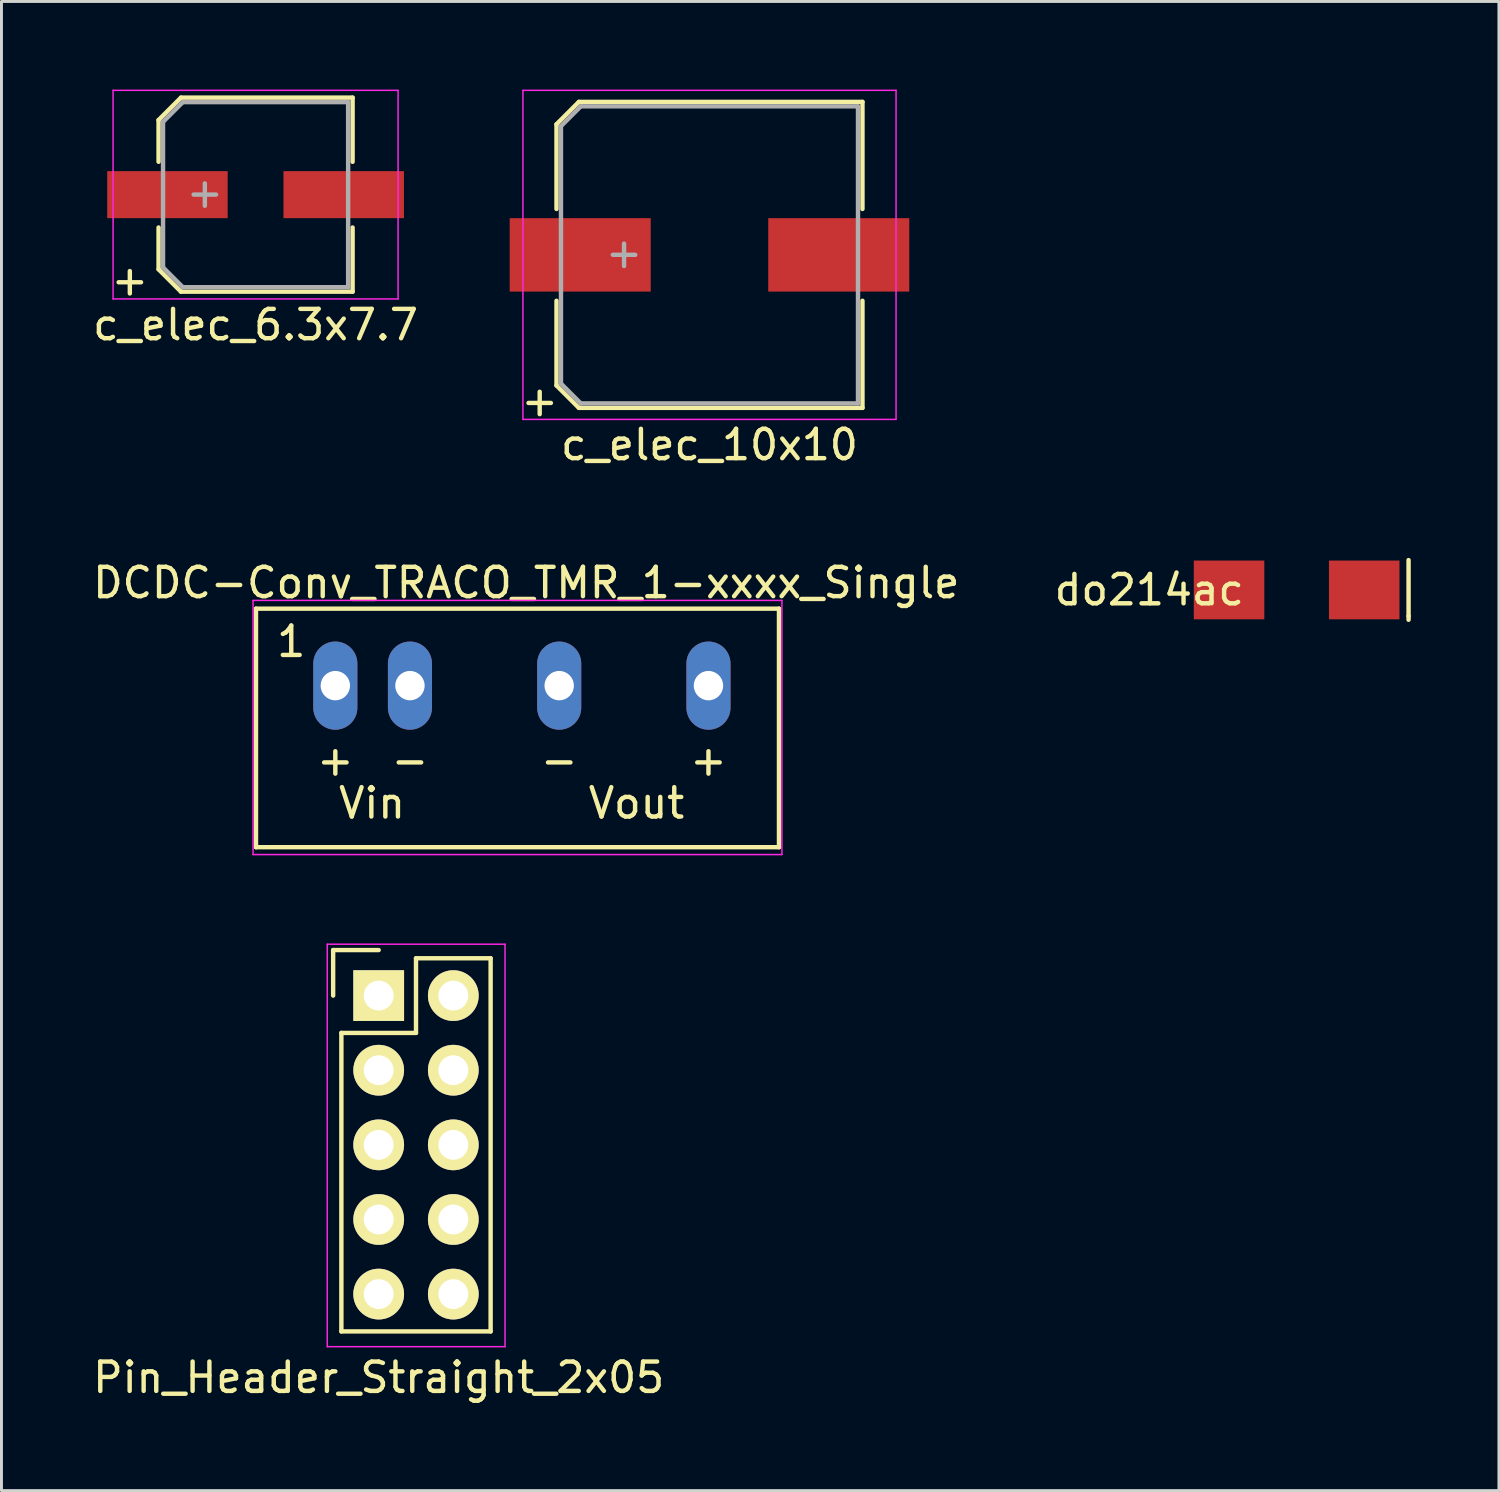
<source format=kicad_pcb>
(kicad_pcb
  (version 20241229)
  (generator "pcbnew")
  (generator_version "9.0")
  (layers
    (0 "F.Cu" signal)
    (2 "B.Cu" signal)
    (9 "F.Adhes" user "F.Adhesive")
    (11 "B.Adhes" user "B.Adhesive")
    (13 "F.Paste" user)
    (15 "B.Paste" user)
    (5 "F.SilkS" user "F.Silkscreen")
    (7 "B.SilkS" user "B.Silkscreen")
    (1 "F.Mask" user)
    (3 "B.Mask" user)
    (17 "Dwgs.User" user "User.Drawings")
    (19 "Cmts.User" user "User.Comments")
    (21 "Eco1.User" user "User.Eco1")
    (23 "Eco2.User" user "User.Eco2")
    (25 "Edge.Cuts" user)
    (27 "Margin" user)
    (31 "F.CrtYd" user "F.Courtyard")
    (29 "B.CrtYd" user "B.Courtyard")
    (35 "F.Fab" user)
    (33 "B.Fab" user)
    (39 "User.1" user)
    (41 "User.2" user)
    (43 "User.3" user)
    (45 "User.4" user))
  (footprint "Pin_Header_Straight_2x05"
    (layer "F.Cu")
    (at 9.839 30.836)
    (property "Reference" "Pin_Header_Straight_2x05" (at 0 13 0) (layer "F.SilkS") (effects (font (size 1 1) (thickness 0.15))))
    (attr through_hole)
    (fp_line (start -1.55 -1.55) (end -1.55 0) (stroke (width 0.15) (type solid)) (layer "F.SilkS"))
    (fp_line (start -1.27 11.43) (end -1.27 1.27) (stroke (width 0.15) (type solid)) (layer "F.SilkS"))
    (fp_line (start 0 -1.55) (end -1.55 -1.55) (stroke (width 0.15) (type solid)) (layer "F.SilkS"))
    (fp_line (start 1.27 -1.27) (end 1.27 1.27) (stroke (width 0.15) (type solid)) (layer "F.SilkS"))
    (fp_line (start 1.27 1.27) (end -1.27 1.27) (stroke (width 0.15) (type solid)) (layer "F.SilkS"))
    (fp_line (start 3.81 -1.27) (end 1.27 -1.27) (stroke (width 0.15) (type solid)) (layer "F.SilkS"))
    (fp_line (start 3.81 -1.27) (end 3.81 11.43) (stroke (width 0.15) (type solid)) (layer "F.SilkS"))
    (fp_line (start 3.81 11.43) (end -1.27 11.43) (stroke (width 0.15) (type solid)) (layer "F.SilkS"))
    (fp_line (start -1.75 -1.75) (end -1.75 11.95) (stroke (width 0.05) (type solid)) (layer "F.CrtYd"))
    (fp_line (start -1.75 -1.75) (end 4.3 -1.75) (stroke (width 0.05) (type solid)) (layer "F.CrtYd"))
    (fp_line (start -1.75 11.95) (end 4.3 11.95) (stroke (width 0.05) (type solid)) (layer "F.CrtYd"))
    (fp_line (start 4.3 -1.75) (end 4.3 11.95) (stroke (width 0.05) (type solid)) (layer "F.CrtYd"))
    (pad "1" thru_hole rect (at 0 0) (size 1.727 1.727) (drill 1.016) (layers "*.Cu" "*.Mask" "F.SilkS"))
    (pad "2" thru_hole oval (at 2.54 0) (size 1.727 1.727) (drill 1.016) (layers "*.Cu" "*.Mask" "F.SilkS"))
    (pad "3" thru_hole oval (at 0 2.54) (size 1.727 1.727) (drill 1.016) (layers "*.Cu" "*.Mask" "F.SilkS"))
    (pad "4" thru_hole oval (at 2.54 2.54) (size 1.727 1.727) (drill 1.016) (layers "*.Cu" "*.Mask" "F.SilkS"))
    (pad "5" thru_hole oval (at 0 5.08) (size 1.727 1.727) (drill 1.016) (layers "*.Cu" "*.Mask" "F.SilkS"))
    (pad "6" thru_hole oval (at 2.54 5.08) (size 1.727 1.727) (drill 1.016) (layers "*.Cu" "*.Mask" "F.SilkS"))
    (pad "7" thru_hole oval (at 0 7.62) (size 1.727 1.727) (drill 1.016) (layers "*.Cu" "*.Mask" "F.SilkS"))
    (pad "8" thru_hole oval (at 2.54 7.62) (size 1.727 1.727) (drill 1.016) (layers "*.Cu" "*.Mask" "F.SilkS"))
    (pad "9" thru_hole oval (at 0 10.16) (size 1.727 1.727) (drill 1.016) (layers "*.Cu" "*.Mask" "F.SilkS"))
    (pad "10" thru_hole oval (at 2.54 10.16) (size 1.727 1.727) (drill 1.016) (layers "*.Cu" "*.Mask" "F.SilkS")))
  (footprint "DCDC-Conv_TRACO_TMR_1-xxxx_Single"
    (layer "F.Cu")
    (at 8.363 20.286)
    (property "Reference" "DCDC-Conv_TRACO_TMR_1-xxxx_Single" (at 6.5 -3.5 0) (layer "F.SilkS") (effects (font (size 1 1) (thickness 0.15))))
    (attr through_hole)
    (fp_line (start -2.7 -2.62) (end -2.7 5.5) (stroke (width 0.15) (type solid)) (layer "F.SilkS"))
    (fp_line (start 15.1 -2.62) (end -2.7 -2.62) (stroke (width 0.15) (type solid)) (layer "F.SilkS"))
    (fp_line (start 15.1 -2.62) (end 15.1 5.5) (stroke (width 0.15) (type solid)) (layer "F.SilkS"))
    (fp_line (start 15.1 5.5) (end -2.7 5.5) (stroke (width 0.15) (type solid)) (layer "F.SilkS"))
    (fp_line (start -2.8 -2.9) (end -2.8 5.75) (stroke (width 0.05) (type solid)) (layer "F.CrtYd"))
    (fp_line (start -2.8 -2.9) (end 15.2 -2.9) (stroke (width 0.05) (type solid)) (layer "F.CrtYd"))
    (fp_line (start -2.8 5.75) (end 15.2 5.75) (stroke (width 0.05) (type solid)) (layer "F.CrtYd"))
    (fp_line (start 15.2 -2.9) (end 15.2 5.75) (stroke (width 0.05) (type solid)) (layer "F.CrtYd"))
    (fp_text user "-" (at 7.62 2.54 0) (layer "F.SilkS") (effects (font (size 1 1) (thickness 0.15))))
    (fp_text user "-" (at 2.54 2.54 0) (layer "F.SilkS") (effects (font (size 1 1) (thickness 0.15))))
    (fp_text user "Vout" (at 10.25 4 0) (layer "F.SilkS") (effects (font (size 1 1) (thickness 0.15))))
    (fp_text user "1" (at -1.5 -1.5 0) (layer "F.SilkS") (effects (font (size 1 1) (thickness 0.15))))
    (fp_text user "+" (at 0 2.54 0) (layer "F.SilkS") (effects (font (size 1 1) (thickness 0.15))))
    (fp_text user "+" (at 12.7 2.54 0) (layer "F.SilkS") (effects (font (size 1 1) (thickness 0.15))))
    (fp_text user "Vin" (at 1.25 4 0) (layer "F.SilkS") (effects (font (size 1 1) (thickness 0.15))))
    (pad "1" thru_hole oval (at 0 0) (size 1.5 3) (drill 1) (layers "*.Cu" "*.Mask"))
    (pad "2" thru_hole oval (at 2.54 0) (size 1.5 3) (drill 1) (layers "*.Cu" "*.Mask"))
    (pad "4" thru_hole oval (at 7.62 0) (size 1.5 3) (drill 1) (layers "*.Cu" "*.Mask"))
    (pad "6" thru_hole oval (at 12.7 0) (size 1.5 3) (drill 1) (layers "*.Cu" "*.Mask")))
  (footprint "do214ac"
    (layer "F.Cu")
    (at 41.082 17.029)
    (property "Reference" "do214ac" (at -5.016 0 0) (layer "F.SilkS") (effects (font (size 1 1) (thickness 0.15))))
    (attr through_hole)
    (fp_line (start 3.81 -1.016) (end 3.81 0.889) (stroke (width 0.15) (type solid)) (layer "F.SilkS"))
    (fp_line (start 3.81 0.889) (end 3.81 1.016) (stroke (width 0.15) (type solid)) (layer "F.SilkS"))
    (pad "1" smd rect (at -2.3 0) (size 2.4 2) (layers "F.Cu" "F.Mask" "F.Paste"))
    (pad "2" smd rect (at 2.3 0) (size 2.4 2) (layers "F.Cu" "F.Mask" "F.Paste")))
  (footprint "c_elec_10x10"
    (layer "F.Cu")
    (at 21.098 5.625)
    (property "Reference" "c_elec_10x10" (at 0 6.464 0) (layer "F.SilkS") (effects (font (size 1 1) (thickness 0.15))))
    (attr smd)
    (fp_line (start -5.207 -4.445) (end -5.207 -1.562) (stroke (width 0.15) (type solid)) (layer "F.SilkS"))
    (fp_line (start -5.207 -4.445) (end -4.445 -5.207) (stroke (width 0.15) (type solid)) (layer "F.SilkS"))
    (fp_line (start -5.207 4.445) (end -5.207 1.562) (stroke (width 0.15) (type solid)) (layer "F.SilkS"))
    (fp_line (start -4.445 -5.207) (end 5.207 -5.207) (stroke (width 0.15) (type solid)) (layer "F.SilkS"))
    (fp_line (start -4.445 5.207) (end -5.207 4.445) (stroke (width 0.15) (type solid)) (layer "F.SilkS"))
    (fp_line (start 5.207 -5.207) (end 5.207 -1.562) (stroke (width 0.15) (type solid)) (layer "F.SilkS"))
    (fp_line (start 5.207 5.207) (end -4.445 5.207) (stroke (width 0.15) (type solid)) (layer "F.SilkS"))
    (fp_line (start 5.207 5.207) (end 5.207 1.562) (stroke (width 0.15) (type solid)) (layer "F.SilkS"))
    (fp_line (start -6.35 -5.6) (end -6.35 5.6) (stroke (width 0.05) (type solid)) (layer "F.CrtYd"))
    (fp_line (start -6.35 5.6) (end 6.35 5.6) (stroke (width 0.05) (type solid)) (layer "F.CrtYd"))
    (fp_line (start 6.35 -5.6) (end -6.35 -5.6) (stroke (width 0.05) (type solid)) (layer "F.CrtYd"))
    (fp_line (start 6.35 5.6) (end 6.35 -5.6) (stroke (width 0.05) (type solid)) (layer "F.CrtYd"))
    (fp_line (start -5.055 -4.381) (end -5.055 4.381) (stroke (width 0.15) (type solid)) (layer "F.Fab"))
    (fp_line (start -5.055 4.381) (end -4.381 5.055) (stroke (width 0.15) (type solid)) (layer "F.Fab"))
    (fp_line (start -4.381 -5.055) (end -5.055 -4.381) (stroke (width 0.15) (type solid)) (layer "F.Fab"))
    (fp_line (start -4.381 5.055) (end 5.055 5.055) (stroke (width 0.15) (type solid)) (layer "F.Fab"))
    (fp_line (start 5.055 -5.055) (end -4.381 -5.055) (stroke (width 0.15) (type solid)) (layer "F.Fab"))
    (fp_line (start 5.055 5.055) (end 5.055 -5.055) (stroke (width 0.15) (type solid)) (layer "F.Fab"))
    (fp_text user "+" (at -5.779 4.966 0) (layer "F.SilkS") (effects (font (size 1 1) (thickness 0.15))))
    (fp_text user "+" (at -2.908 -0.076 0) (layer "F.Fab") (effects (font (size 1 1) (thickness 0.15))))
    (pad "1" smd rect (at -4.4 0 180) (size 4.8 2.5) (layers "F.Cu" "F.Mask" "F.Paste"))
    (pad "2" smd rect (at 4.4 0 180) (size 4.8 2.5) (layers "F.Cu" "F.Mask" "F.Paste")))
  (footprint "c_elec_6.3x7.7"
    (layer "F.Cu")
    (at 5.649 3.575)
    (property "Reference" "c_elec_6.3x7.7" (at 0 4.432 0) (layer "F.SilkS") (effects (font (size 1 1) (thickness 0.15))))
    (attr smd)
    (fp_line (start -3.302 -2.54) (end -3.302 -1.118) (stroke (width 0.15) (type solid)) (layer "F.SilkS"))
    (fp_line (start -3.302 -2.54) (end -2.54 -3.302) (stroke (width 0.15) (type solid)) (layer "F.SilkS"))
    (fp_line (start -3.302 2.54) (end -3.302 1.118) (stroke (width 0.15) (type solid)) (layer "F.SilkS"))
    (fp_line (start -2.54 -3.302) (end 3.302 -3.302) (stroke (width 0.15) (type solid)) (layer "F.SilkS"))
    (fp_line (start -2.54 3.302) (end -3.302 2.54) (stroke (width 0.15) (type solid)) (layer "F.SilkS"))
    (fp_line (start 3.302 -3.302) (end 3.302 -1.118) (stroke (width 0.15) (type solid)) (layer "F.SilkS"))
    (fp_line (start 3.302 3.302) (end -2.54 3.302) (stroke (width 0.15) (type solid)) (layer "F.SilkS"))
    (fp_line (start 3.302 3.302) (end 3.302 1.118) (stroke (width 0.15) (type solid)) (layer "F.SilkS"))
    (fp_line (start -4.85 -3.55) (end -4.85 3.55) (stroke (width 0.05) (type solid)) (layer "F.CrtYd"))
    (fp_line (start -4.85 3.55) (end 4.85 3.55) (stroke (width 0.05) (type solid)) (layer "F.CrtYd"))
    (fp_line (start 4.85 -3.55) (end -4.85 -3.55) (stroke (width 0.05) (type solid)) (layer "F.CrtYd"))
    (fp_line (start 4.85 3.55) (end 4.85 -3.55) (stroke (width 0.05) (type solid)) (layer "F.CrtYd"))
    (fp_line (start -3.15 -2.477) (end -3.15 2.477) (stroke (width 0.15) (type solid)) (layer "F.Fab"))
    (fp_line (start -3.15 2.477) (end -2.477 3.15) (stroke (width 0.15) (type solid)) (layer "F.Fab"))
    (fp_line (start -2.477 -3.15) (end -3.15 -2.477) (stroke (width 0.15) (type solid)) (layer "F.Fab"))
    (fp_line (start -2.477 3.15) (end 3.15 3.15) (stroke (width 0.15) (type solid)) (layer "F.Fab"))
    (fp_line (start 3.15 -3.15) (end -2.477 -3.15) (stroke (width 0.15) (type solid)) (layer "F.Fab"))
    (fp_line (start 3.15 3.15) (end 3.15 -3.15) (stroke (width 0.15) (type solid)) (layer "F.Fab"))
    (fp_text user "+" (at -4.28 2.908 0) (layer "F.SilkS") (effects (font (size 1 1) (thickness 0.15))))
    (fp_text user "+" (at -1.727 -0.076 0) (layer "F.Fab") (effects (font (size 1 1) (thickness 0.15))))
    (pad "1" smd rect (at -3 0 180) (size 4.1 1.6) (layers "F.Cu" "F.Mask" "F.Paste"))
    (pad "2" smd rect (at 3 0 180) (size 4.1 1.6) (layers "F.Cu" "F.Mask" "F.Paste")))
  (gr_rect
    (start -3 -3)
    (end 47.967 47.684)
    (stroke (width 0.1) (type default))
    (fill no)
    (layer "Edge.Cuts")))
</source>
